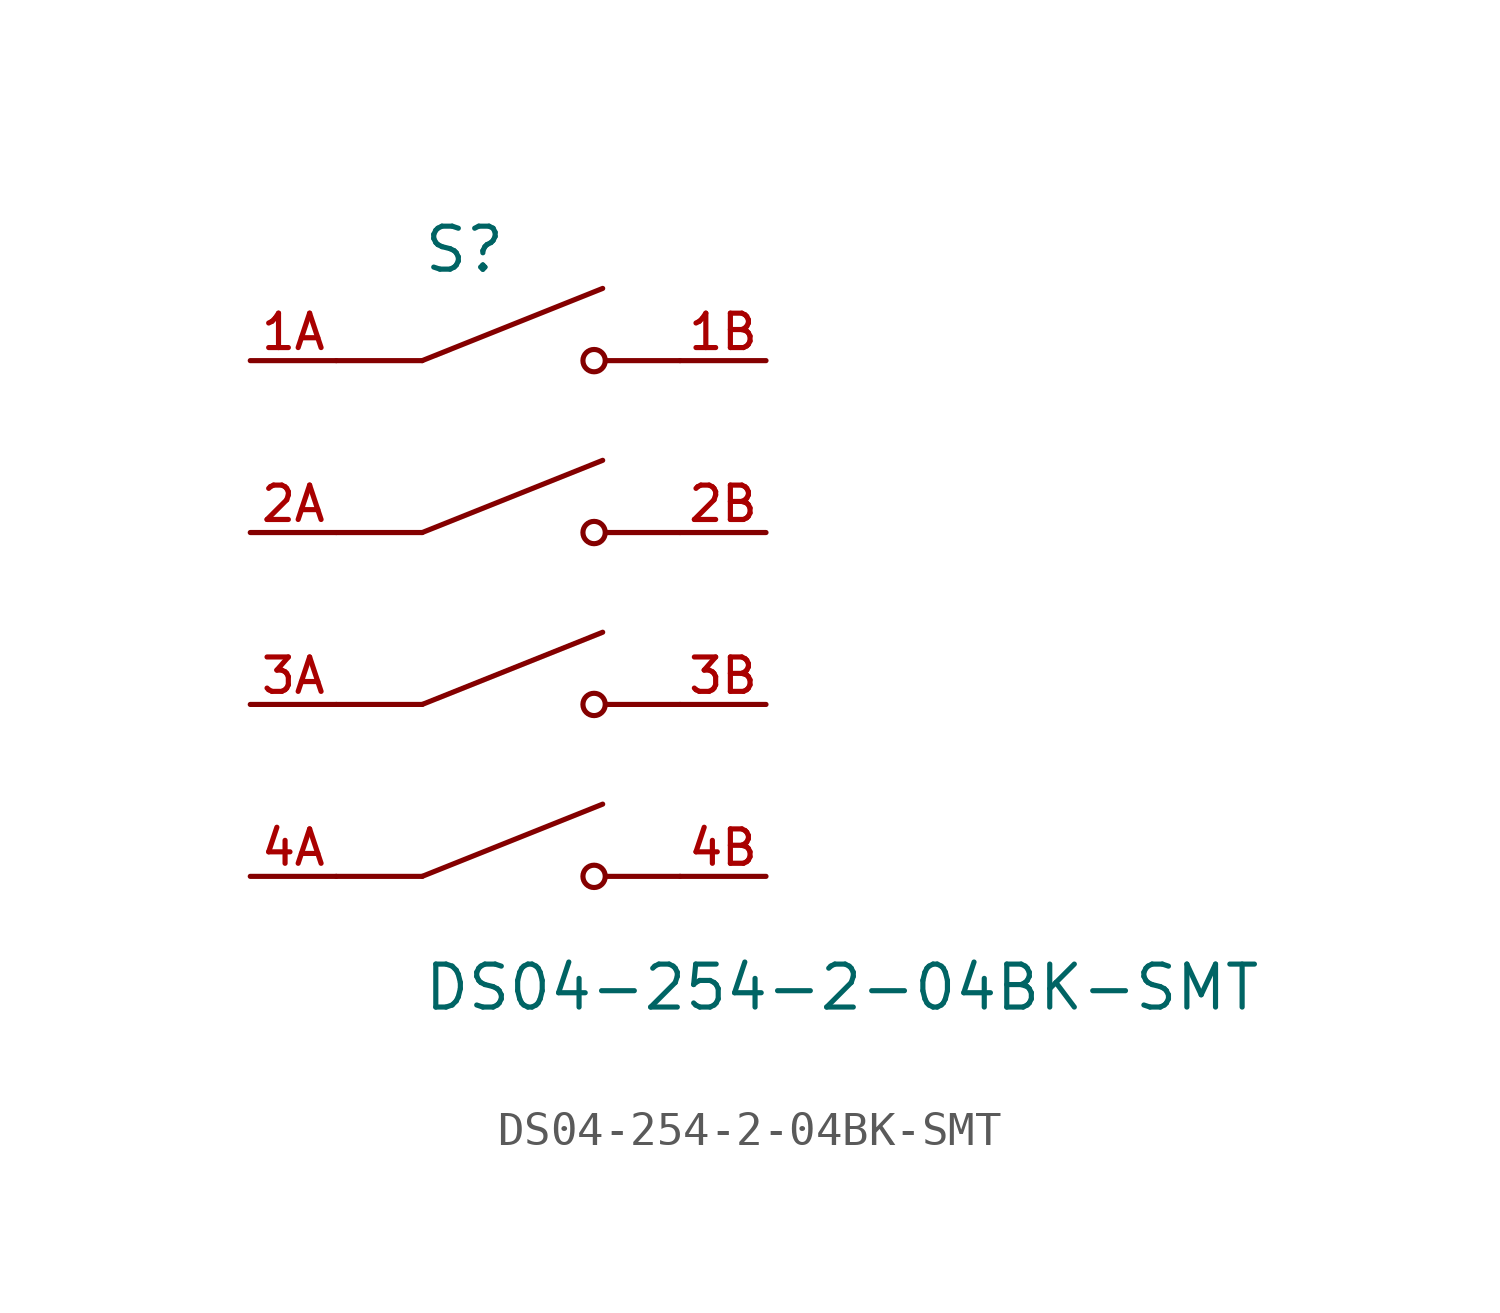
<source format=kicad_sym>
(kicad_symbol_lib
  (version 20211014)
  (generator kicad_symbol_editor)
  (symbol "DS04-254-2-04BK-SMT"
    (pin_names
      (offset 1.016))
    (property "Reference" "S"
      (at -2.54 10.16 0)
      (effects (font (size 1.27 1.27)) (justify bottom left)))
    (property "Value" "DS04-254-2-04BK-SMT"
      (at -2.54 -10.16 0)
      (effects (font (size 1.27 1.27)) (justify top left)))
    (symbol "DS04-254-2-04BK-SMT_0_0"
      (polyline (pts (xy -2.54 7.62) (xy 2.794 9.754)) (stroke (width 0.152)))
      (circle (center 2.54 7.62) (radius 0.33) (stroke (width 0.152)) (fill (type none)))
      (polyline (pts (xy 5.08 7.62) (xy 2.921 7.62)) (stroke (width 0.152)))
      (polyline (pts (xy -2.54 7.62) (xy -5.08 7.62)) (stroke (width 0.152)))
      (polyline (pts (xy -2.54 2.54) (xy 2.794 4.674)) (stroke (width 0.152)))
      (circle (center 2.54 2.54) (radius 0.33) (stroke (width 0.152)) (fill (type none)))
      (polyline (pts (xy 5.08 2.54) (xy 2.921 2.54)) (stroke (width 0.152)))
      (polyline (pts (xy -2.54 2.54) (xy -5.08 2.54)) (stroke (width 0.152)))
      (polyline (pts (xy -2.54 -2.54) (xy 2.794 -0.406)) (stroke (width 0.152)))
      (circle (center 2.54 -2.54) (radius 0.33) (stroke (width 0.152)) (fill (type none)))
      (polyline (pts (xy 5.08 -2.54) (xy 2.921 -2.54)) (stroke (width 0.152)))
      (polyline (pts (xy -2.54 -2.54) (xy -5.08 -2.54)) (stroke (width 0.152)))
      (polyline (pts (xy -2.54 -7.62) (xy 2.794 -5.486)) (stroke (width 0.152)))
      (circle (center 2.54 -7.62) (radius 0.33) (stroke (width 0.152)) (fill (type none)))
      (polyline (pts (xy 5.08 -7.62) (xy 2.921 -7.62)) (stroke (width 0.152)))
      (polyline (pts (xy -2.54 -7.62) (xy -5.08 -7.62)) (stroke (width 0.152)))
      (pin passive line (at -7.62 7.62 0) (length 2.54) (name "~" (effects (font (size 1.016 1.016)))) (number "1A" (effects (font (size 1.016 1.016)))))
      (pin passive line (at 7.62 7.62 180.0) (length 2.54) (name "~" (effects (font (size 1.016 1.016)))) (number "1B" (effects (font (size 1.016 1.016)))))
      (pin passive line (at -7.62 2.54 0) (length 2.54) (name "~" (effects (font (size 1.016 1.016)))) (number "2A" (effects (font (size 1.016 1.016)))))
      (pin passive line (at 7.62 2.54 180.0) (length 2.54) (name "~" (effects (font (size 1.016 1.016)))) (number "2B" (effects (font (size 1.016 1.016)))))
      (pin passive line (at -7.62 -2.54 0) (length 2.54) (name "~" (effects (font (size 1.016 1.016)))) (number "3A" (effects (font (size 1.016 1.016)))))
      (pin passive line (at 7.62 -2.54 180.0) (length 2.54) (name "~" (effects (font (size 1.016 1.016)))) (number "3B" (effects (font (size 1.016 1.016)))))
      (pin passive line (at -7.62 -7.62 0) (length 2.54) (name "~" (effects (font (size 1.016 1.016)))) (number "4A" (effects (font (size 1.016 1.016)))))
      (pin passive line (at 7.62 -7.62 180.0) (length 2.54) (name "~" (effects (font (size 1.016 1.016)))) (number "4B" (effects (font (size 1.016 1.016))))))))
</source>
